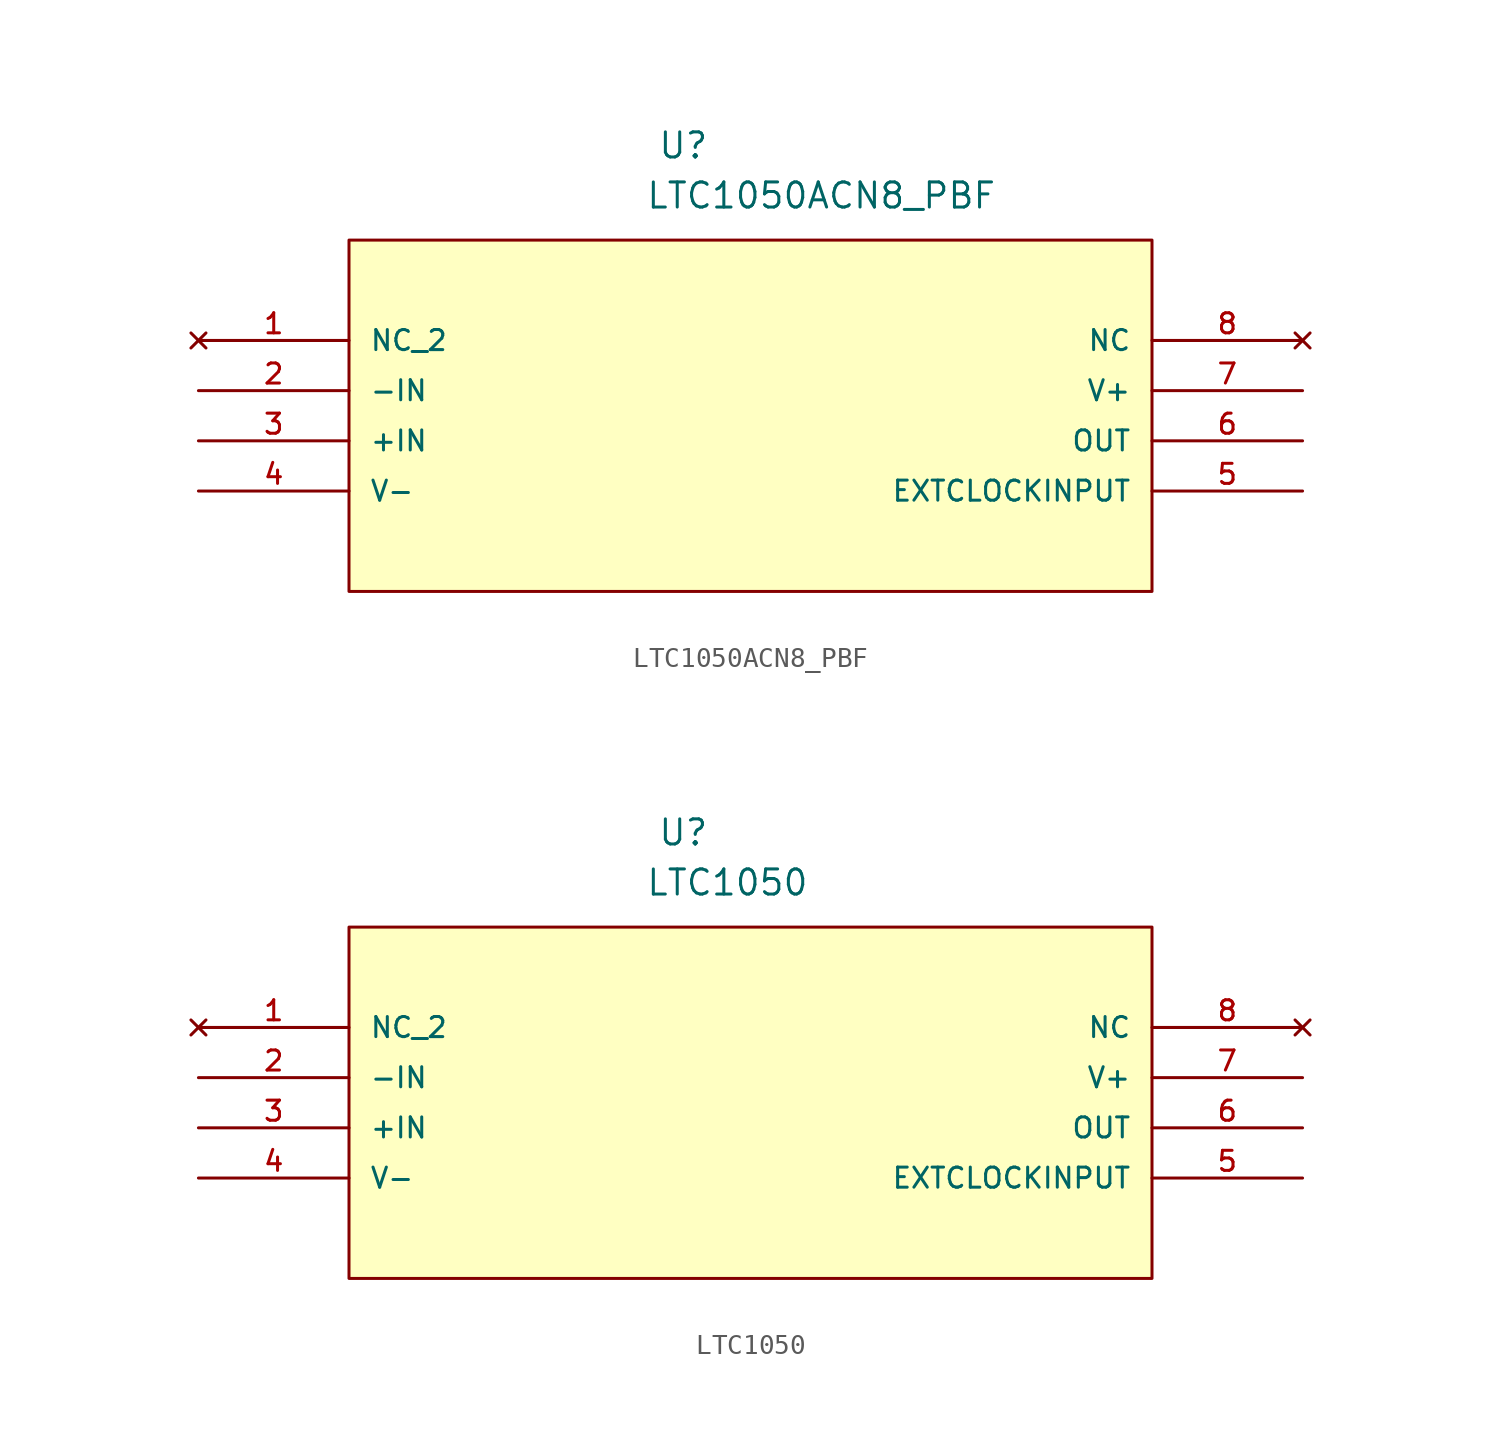
<source format=kicad_sym>
(kicad_symbol_lib
  (version 20241209)
  (generator "kicad_symbol_editor")
  (generator_version "9.0")
  (symbol "LTC1050ACN8_PBF"
    (pin_names
      (offset 1.016))
    (property "Reference" "U"
      (at 23.229 9.124 0)
      (effects (font (size 1.27 1.27)) (justify left bottom)))
    (property "Value" "LTC1050ACN8_PBF"
      (at 22.62 6.59 0)
      (effects (font (size 1.27 1.27)) (justify left bottom)))
    (symbol "LTC1050ACN8_PBF_0_0"
      (rectangle (start 7.62 5.08) (end 48.26 -12.7) (stroke (width 0.152) (type default)) (fill (type background)))
      (pin no_connect line (at 0 0 0) (length 7.62) (name "NC_2" (effects (font (size 1.016 1.016)))) (number "1" (effects (font (size 1.016 1.016)))))
      (pin input line (at 0 -2.54 0) (length 7.62) (name "-IN" (effects (font (size 1.016 1.016)))) (number "2" (effects (font (size 1.016 1.016)))))
      (pin input line (at 0 -5.08 0) (length 7.62) (name "+IN" (effects (font (size 1.016 1.016)))) (number "3" (effects (font (size 1.016 1.016)))))
      (pin power_in line (at 0 -7.62 0) (length 7.62) (name "V-" (effects (font (size 1.016 1.016)))) (number "4" (effects (font (size 1.016 1.016)))))
      (pin no_connect line (at 55.88 0 180) (length 7.62) (name "NC" (effects (font (size 1.016 1.016)))) (number "8" (effects (font (size 1.016 1.016)))))
      (pin power_in line (at 55.88 -2.54 180) (length 7.62) (name "V+" (effects (font (size 1.016 1.016)))) (number "7" (effects (font (size 1.016 1.016)))))
      (pin output line (at 55.88 -5.08 180) (length 7.62) (name "OUT" (effects (font (size 1.016 1.016)))) (number "6" (effects (font (size 1.016 1.016)))))
      (pin input line (at 55.88 -7.62 180) (length 7.62) (name "EXTCLOCKINPUT" (effects (font (size 1.016 1.016)))) (number "5" (effects (font (size 1.016 1.016)))))))
  (symbol "LTC1050"
    (pin_names
      (offset 1.016))
    (property "Reference" "U"
      (at 23.229 9.124 0)
      (effects (font (size 1.27 1.27)) (justify left bottom)))
    (property "Value" "LTC1050"
      (at 22.62 6.59 0)
      (effects (font (size 1.27 1.27)) (justify left bottom)))
    (symbol "LTC1050_0_0"
      (rectangle (start 7.62 -12.7) (end 48.26 5.08) (stroke (width 0.152) (type default)) (fill (type background)))
      (pin no_connect line (at 0 0 0) (length 7.62) (name "NC_2" (effects (font (size 1.016 1.016)))) (number "1" (effects (font (size 1.016 1.016)))))
      (pin input line (at 0 -2.54 0) (length 7.62) (name "-IN" (effects (font (size 1.016 1.016)))) (number "2" (effects (font (size 1.016 1.016)))))
      (pin input line (at 0 -5.08 0) (length 7.62) (name "+IN" (effects (font (size 1.016 1.016)))) (number "3" (effects (font (size 1.016 1.016)))))
      (pin power_in line (at 0 -7.62 0) (length 7.62) (name "V-" (effects (font (size 1.016 1.016)))) (number "4" (effects (font (size 1.016 1.016)))))
      (pin no_connect line (at 55.88 0 180) (length 7.62) (name "NC" (effects (font (size 1.016 1.016)))) (number "8" (effects (font (size 1.016 1.016)))))
      (pin power_in line (at 55.88 -2.54 180) (length 7.62) (name "V+" (effects (font (size 1.016 1.016)))) (number "7" (effects (font (size 1.016 1.016)))))
      (pin output line (at 55.88 -5.08 180) (length 7.62) (name "OUT" (effects (font (size 1.016 1.016)))) (number "6" (effects (font (size 1.016 1.016)))))
      (pin input line (at 55.88 -7.62 180) (length 7.62) (name "EXTCLOCKINPUT" (effects (font (size 1.016 1.016)))) (number "5" (effects (font (size 1.016 1.016))))))))
</source>
